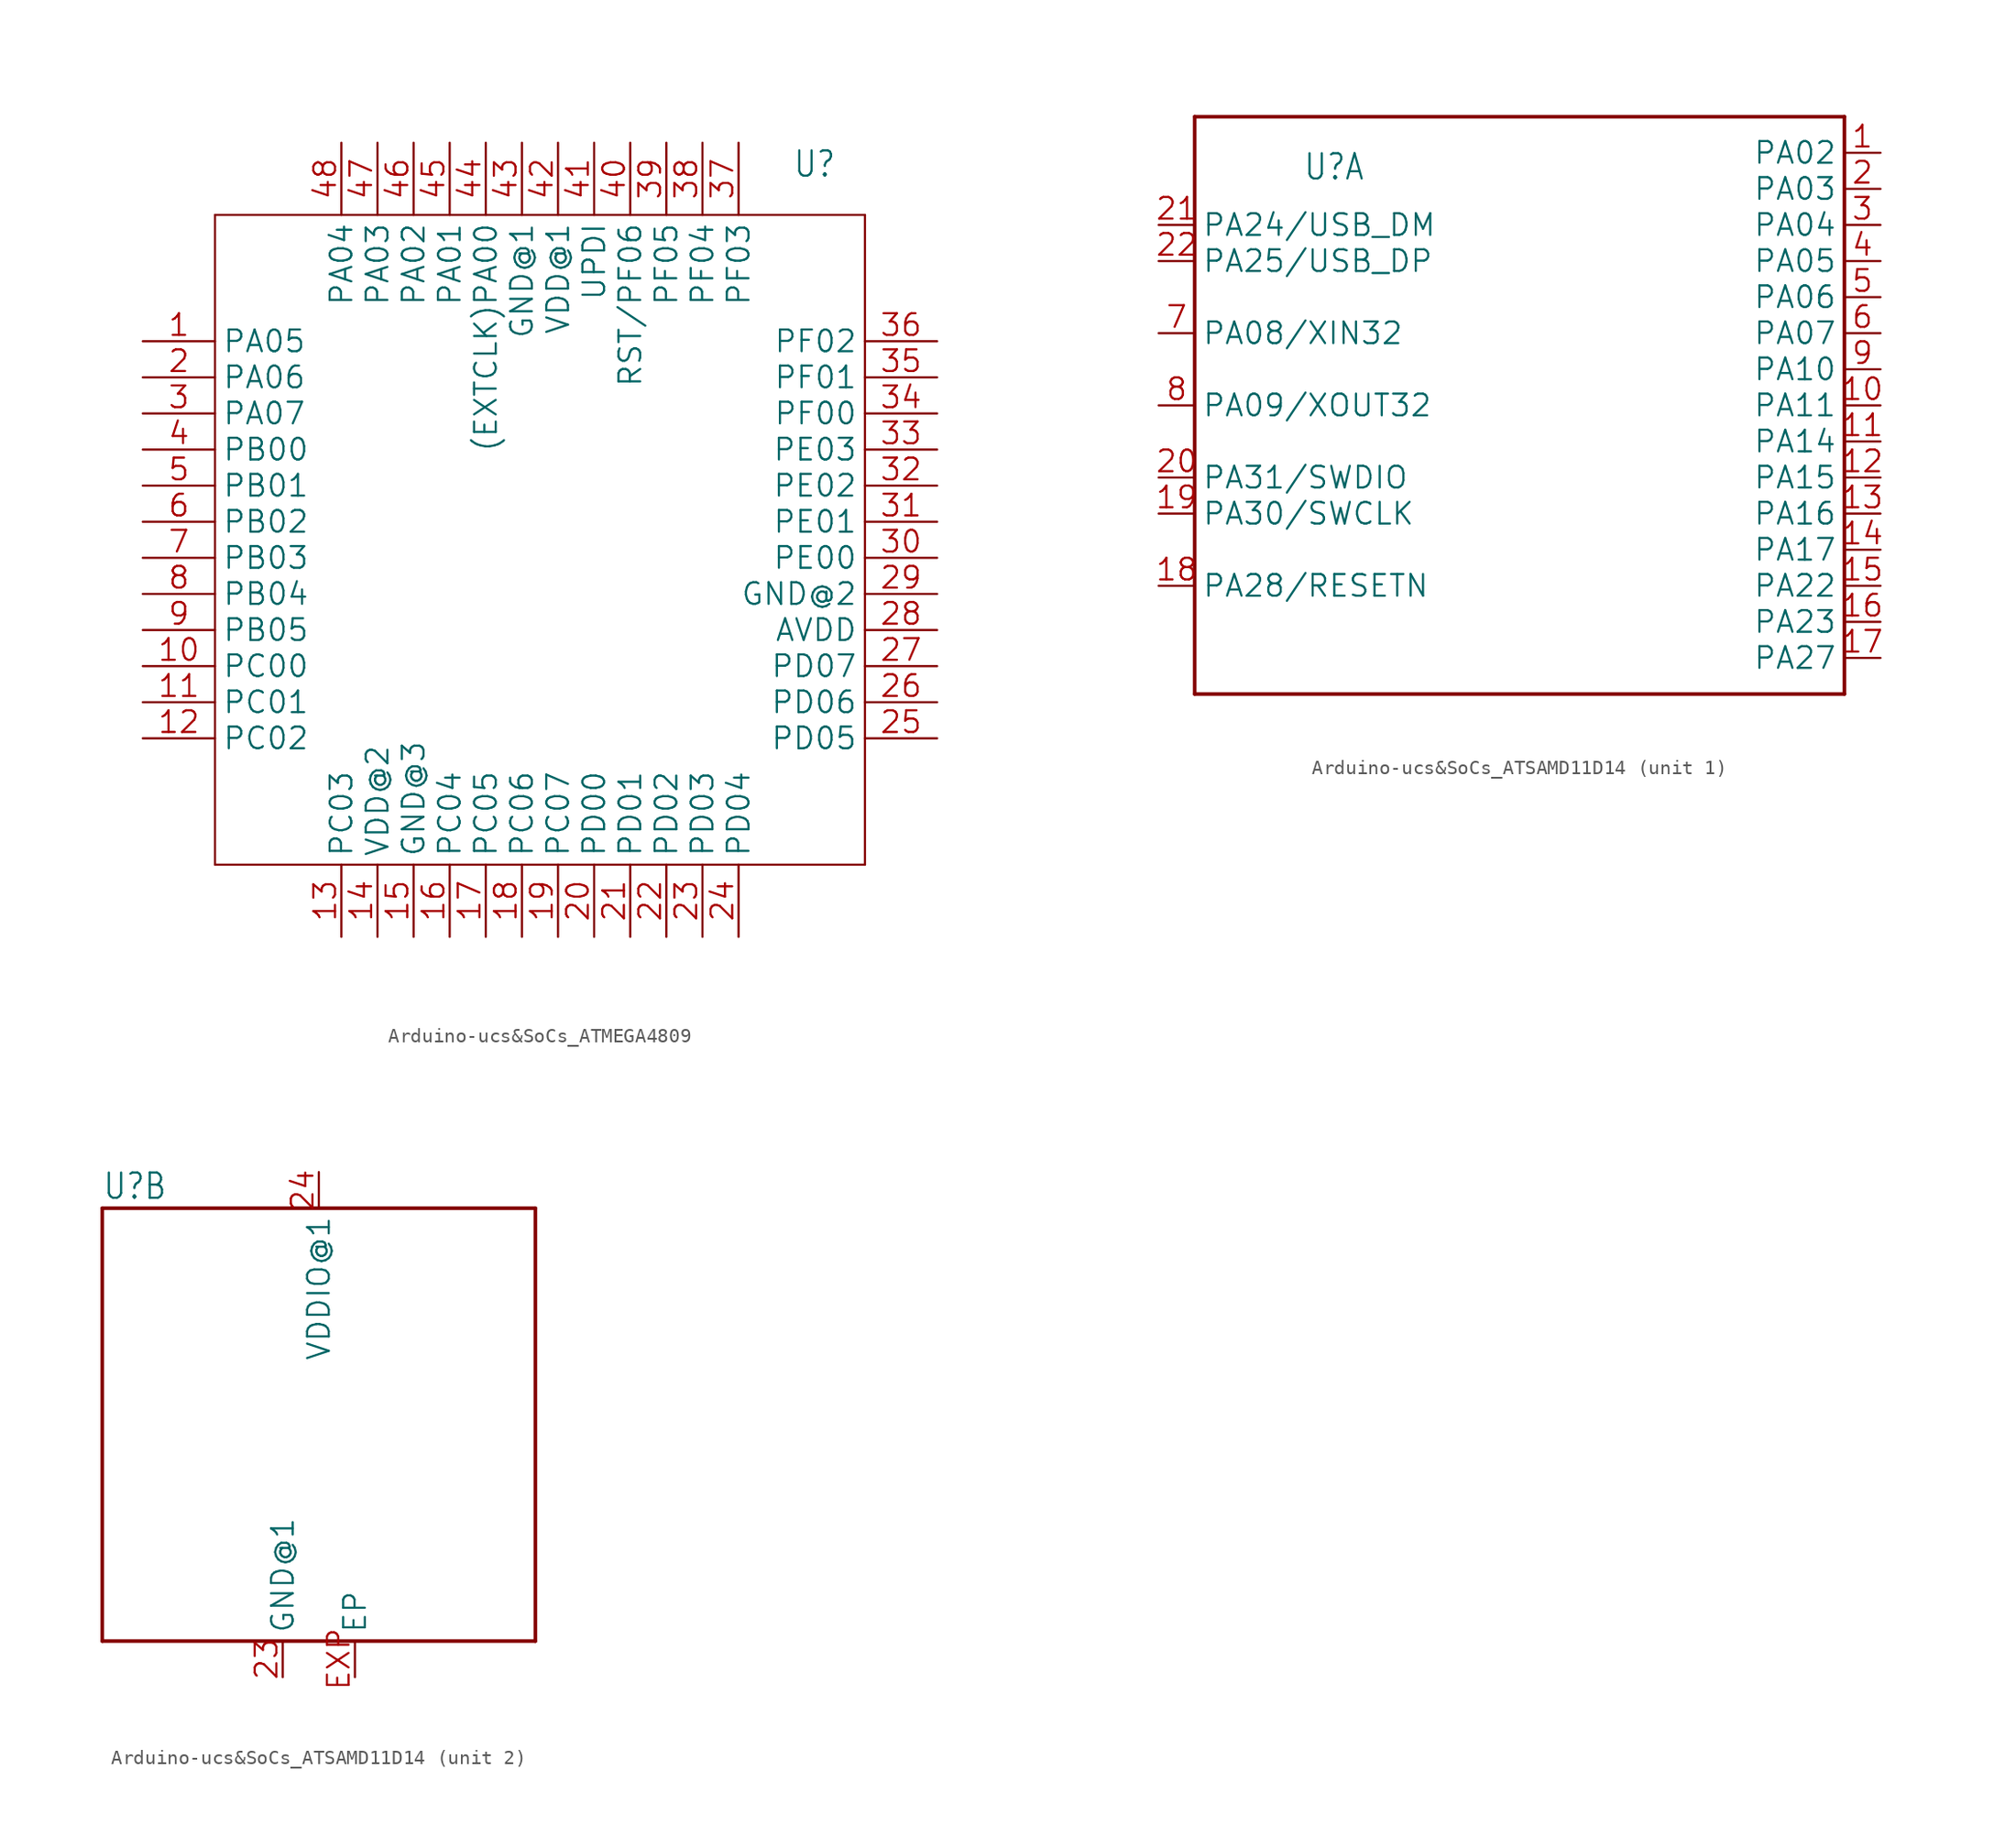
<source format=kicad_sym>
(kicad_symbol_lib
  (version 20241209)
  (generator "kicad_symbol_editor")
  (generator_version "9.0")
  (symbol "Arduino-ucs&SoCs_ATMEGA4809"
    (property "Reference" "U"
      (at 17.78 25.4 0)
      (effects (font (size 1.778 1.511)) (justify left bottom)))
    (property "Value" ""
      (at 17.78 22.86 0)
      (effects (font (size 1.778 1.511)) (justify left bottom)))
    (property "ki_locked" ""
      (at 0 0 0)
      (effects (font (size 1.27 1.27))))
    (symbol "Arduino-ucs&SoCs_ATMEGA4809_1_0"
      (polyline (pts (xy -22.86 22.86) (xy -22.86 -22.86)) (stroke (width 0.152) (type solid)) (fill (type none)))
      (polyline (pts (xy -22.86 -22.86) (xy 22.86 -22.86)) (stroke (width 0.152) (type solid)) (fill (type none)))
      (polyline (pts (xy 22.86 22.86) (xy -22.86 22.86)) (stroke (width 0.152) (type solid)) (fill (type none)))
      (polyline (pts (xy 22.86 -22.86) (xy 22.86 22.86)) (stroke (width 0.152) (type solid)) (fill (type none)))
      (pin bidirectional line (at -27.94 13.97 0) (length 5.08) (name "PA05" (effects (font (size 1.524 1.524)))) (number "1" (effects (font (size 1.524 1.524)))))
      (pin bidirectional line (at -27.94 11.43 0) (length 5.08) (name "PA06" (effects (font (size 1.524 1.524)))) (number "2" (effects (font (size 1.524 1.524)))))
      (pin bidirectional line (at -27.94 8.89 0) (length 5.08) (name "PA07" (effects (font (size 1.524 1.524)))) (number "3" (effects (font (size 1.524 1.524)))))
      (pin bidirectional line (at -27.94 6.35 0) (length 5.08) (name "PB00" (effects (font (size 1.524 1.524)))) (number "4" (effects (font (size 1.524 1.524)))))
      (pin bidirectional line (at -27.94 3.81 0) (length 5.08) (name "PB01" (effects (font (size 1.524 1.524)))) (number "5" (effects (font (size 1.524 1.524)))))
      (pin bidirectional line (at -27.94 1.27 0) (length 5.08) (name "PB02" (effects (font (size 1.524 1.524)))) (number "6" (effects (font (size 1.524 1.524)))))
      (pin bidirectional line (at -27.94 -1.27 0) (length 5.08) (name "PB03" (effects (font (size 1.524 1.524)))) (number "7" (effects (font (size 1.524 1.524)))))
      (pin bidirectional line (at -27.94 -3.81 0) (length 5.08) (name "PB04" (effects (font (size 1.524 1.524)))) (number "8" (effects (font (size 1.524 1.524)))))
      (pin bidirectional line (at -27.94 -6.35 0) (length 5.08) (name "PB05" (effects (font (size 1.524 1.524)))) (number "9" (effects (font (size 1.524 1.524)))))
      (pin bidirectional line (at -27.94 -8.89 0) (length 5.08) (name "PC00" (effects (font (size 1.524 1.524)))) (number "10" (effects (font (size 1.524 1.524)))))
      (pin bidirectional line (at -27.94 -11.43 0) (length 5.08) (name "PC01" (effects (font (size 1.524 1.524)))) (number "11" (effects (font (size 1.524 1.524)))))
      (pin bidirectional line (at -27.94 -13.97 0) (length 5.08) (name "PC02" (effects (font (size 1.524 1.524)))) (number "12" (effects (font (size 1.524 1.524)))))
      (pin bidirectional line (at -13.97 27.94 270) (length 5.08) (name "PA04" (effects (font (size 1.524 1.524)))) (number "48" (effects (font (size 1.524 1.524)))))
      (pin bidirectional line (at -13.97 -27.94 90) (length 5.08) (name "PC03" (effects (font (size 1.524 1.524)))) (number "13" (effects (font (size 1.524 1.524)))))
      (pin bidirectional line (at -11.43 27.94 270) (length 5.08) (name "PA03" (effects (font (size 1.524 1.524)))) (number "47" (effects (font (size 1.524 1.524)))))
      (pin bidirectional line (at -11.43 -27.94 90) (length 5.08) (name "VDD@2" (effects (font (size 1.524 1.524)))) (number "14" (effects (font (size 1.524 1.524)))))
      (pin bidirectional line (at -8.89 27.94 270) (length 5.08) (name "PA02" (effects (font (size 1.524 1.524)))) (number "46" (effects (font (size 1.524 1.524)))))
      (pin bidirectional line (at -8.89 -27.94 90) (length 5.08) (name "GND@3" (effects (font (size 1.524 1.524)))) (number "15" (effects (font (size 1.524 1.524)))))
      (pin bidirectional line (at -6.35 27.94 270) (length 5.08) (name "PA01" (effects (font (size 1.524 1.524)))) (number "45" (effects (font (size 1.524 1.524)))))
      (pin bidirectional line (at -6.35 -27.94 90) (length 5.08) (name "PC04" (effects (font (size 1.524 1.524)))) (number "16" (effects (font (size 1.524 1.524)))))
      (pin bidirectional line (at -3.81 27.94 270) (length 5.08) (name "(EXTCLK)PA00" (effects (font (size 1.524 1.524)))) (number "44" (effects (font (size 1.524 1.524)))))
      (pin bidirectional line (at -3.81 -27.94 90) (length 5.08) (name "PC05" (effects (font (size 1.524 1.524)))) (number "17" (effects (font (size 1.524 1.524)))))
      (pin bidirectional line (at -1.27 27.94 270) (length 5.08) (name "GND@1" (effects (font (size 1.524 1.524)))) (number "43" (effects (font (size 1.524 1.524)))))
      (pin bidirectional line (at -1.27 -27.94 90) (length 5.08) (name "PC06" (effects (font (size 1.524 1.524)))) (number "18" (effects (font (size 1.524 1.524)))))
      (pin bidirectional line (at 1.27 27.94 270) (length 5.08) (name "VDD@1" (effects (font (size 1.524 1.524)))) (number "42" (effects (font (size 1.524 1.524)))))
      (pin bidirectional line (at 1.27 -27.94 90) (length 5.08) (name "PC07" (effects (font (size 1.524 1.524)))) (number "19" (effects (font (size 1.524 1.524)))))
      (pin bidirectional line (at 3.81 27.94 270) (length 5.08) (name "UPDI" (effects (font (size 1.524 1.524)))) (number "41" (effects (font (size 1.524 1.524)))))
      (pin bidirectional line (at 3.81 -27.94 90) (length 5.08) (name "PD00" (effects (font (size 1.524 1.524)))) (number "20" (effects (font (size 1.524 1.524)))))
      (pin bidirectional line (at 6.35 27.94 270) (length 5.08) (name "RST/PF06" (effects (font (size 1.524 1.524)))) (number "40" (effects (font (size 1.524 1.524)))))
      (pin bidirectional line (at 6.35 -27.94 90) (length 5.08) (name "PD01" (effects (font (size 1.524 1.524)))) (number "21" (effects (font (size 1.524 1.524)))))
      (pin bidirectional line (at 8.89 27.94 270) (length 5.08) (name "PF05" (effects (font (size 1.524 1.524)))) (number "39" (effects (font (size 1.524 1.524)))))
      (pin bidirectional line (at 8.89 -27.94 90) (length 5.08) (name "PD02" (effects (font (size 1.524 1.524)))) (number "22" (effects (font (size 1.524 1.524)))))
      (pin bidirectional line (at 11.43 27.94 270) (length 5.08) (name "PF04" (effects (font (size 1.524 1.524)))) (number "38" (effects (font (size 1.524 1.524)))))
      (pin bidirectional line (at 11.43 -27.94 90) (length 5.08) (name "PD03" (effects (font (size 1.524 1.524)))) (number "23" (effects (font (size 1.524 1.524)))))
      (pin bidirectional line (at 13.97 27.94 270) (length 5.08) (name "PF03" (effects (font (size 1.524 1.524)))) (number "37" (effects (font (size 1.524 1.524)))))
      (pin bidirectional line (at 13.97 -27.94 90) (length 5.08) (name "PD04" (effects (font (size 1.524 1.524)))) (number "24" (effects (font (size 1.524 1.524)))))
      (pin bidirectional line (at 27.94 13.97 180) (length 5.08) (name "PF02" (effects (font (size 1.524 1.524)))) (number "36" (effects (font (size 1.524 1.524)))))
      (pin bidirectional line (at 27.94 11.43 180) (length 5.08) (name "PF01" (effects (font (size 1.524 1.524)))) (number "35" (effects (font (size 1.524 1.524)))))
      (pin bidirectional line (at 27.94 8.89 180) (length 5.08) (name "PF00" (effects (font (size 1.524 1.524)))) (number "34" (effects (font (size 1.524 1.524)))))
      (pin bidirectional line (at 27.94 6.35 180) (length 5.08) (name "PE03" (effects (font (size 1.524 1.524)))) (number "33" (effects (font (size 1.524 1.524)))))
      (pin bidirectional line (at 27.94 3.81 180) (length 5.08) (name "PE02" (effects (font (size 1.524 1.524)))) (number "32" (effects (font (size 1.524 1.524)))))
      (pin bidirectional line (at 27.94 1.27 180) (length 5.08) (name "PE01" (effects (font (size 1.524 1.524)))) (number "31" (effects (font (size 1.524 1.524)))))
      (pin bidirectional line (at 27.94 -1.27 180) (length 5.08) (name "PE00" (effects (font (size 1.524 1.524)))) (number "30" (effects (font (size 1.524 1.524)))))
      (pin bidirectional line (at 27.94 -3.81 180) (length 5.08) (name "GND@2" (effects (font (size 1.524 1.524)))) (number "29" (effects (font (size 1.524 1.524)))))
      (pin bidirectional line (at 27.94 -6.35 180) (length 5.08) (name "AVDD" (effects (font (size 1.524 1.524)))) (number "28" (effects (font (size 1.524 1.524)))))
      (pin bidirectional line (at 27.94 -8.89 180) (length 5.08) (name "PD07" (effects (font (size 1.524 1.524)))) (number "27" (effects (font (size 1.524 1.524)))))
      (pin bidirectional line (at 27.94 -11.43 180) (length 5.08) (name "PD06" (effects (font (size 1.524 1.524)))) (number "26" (effects (font (size 1.524 1.524)))))
      (pin bidirectional line (at 27.94 -13.97 180) (length 5.08) (name "PD05" (effects (font (size 1.524 1.524)))) (number "25" (effects (font (size 1.524 1.524)))))))
  (symbol "Arduino-ucs&SoCs_ATSAMD11D14"
    (property "Reference" "U"
      (at -15.24 15.748 0)
      (effects (font (size 1.778 1.511)) (justify left bottom)))
    (property "Value" ""
      (at -15.24 -15.748 0)
      (effects (font (size 1.778 1.511)) (justify left top)))
    (property "ki_locked" ""
      (at 0 0 0)
      (effects (font (size 1.27 1.27))))
    (symbol "Arduino-ucs&SoCs_ATSAMD11D14_1_0"
      (polyline (pts (xy -22.86 20.32) (xy 22.86 20.32)) (stroke (width 0.254) (type solid)) (fill (type none)))
      (polyline (pts (xy -22.86 -20.32) (xy -22.86 20.32)) (stroke (width 0.254) (type solid)) (fill (type none)))
      (polyline (pts (xy 22.86 20.32) (xy 22.86 -20.32)) (stroke (width 0.254) (type solid)) (fill (type none)))
      (polyline (pts (xy 22.86 -20.32) (xy -22.86 -20.32)) (stroke (width 0.254) (type solid)) (fill (type none)))
      (pin bidirectional line (at -25.4 12.7 0) (length 2.54) (name "PA24/USB_DM" (effects (font (size 1.524 1.524)))) (number "21" (effects (font (size 1.524 1.524)))))
      (pin bidirectional line (at -25.4 10.16 0) (length 2.54) (name "PA25/USB_DP" (effects (font (size 1.524 1.524)))) (number "22" (effects (font (size 1.524 1.524)))))
      (pin bidirectional line (at -25.4 5.08 0) (length 2.54) (name "PA08/XIN32" (effects (font (size 1.524 1.524)))) (number "7" (effects (font (size 1.524 1.524)))))
      (pin bidirectional line (at -25.4 0 0) (length 2.54) (name "PA09/XOUT32" (effects (font (size 1.524 1.524)))) (number "8" (effects (font (size 1.524 1.524)))))
      (pin bidirectional line (at -25.4 -5.08 0) (length 2.54) (name "PA31/SWDIO" (effects (font (size 1.524 1.524)))) (number "20" (effects (font (size 1.524 1.524)))))
      (pin bidirectional line (at -25.4 -7.62 0) (length 2.54) (name "PA30/SWCLK" (effects (font (size 1.524 1.524)))) (number "19" (effects (font (size 1.524 1.524)))))
      (pin bidirectional line (at -25.4 -12.7 0) (length 2.54) (name "PA28/RESETN" (effects (font (size 1.524 1.524)))) (number "18" (effects (font (size 1.524 1.524)))))
      (pin bidirectional line (at 25.4 17.78 180) (length 2.54) (name "PA02" (effects (font (size 1.524 1.524)))) (number "1" (effects (font (size 1.524 1.524)))))
      (pin bidirectional line (at 25.4 15.24 180) (length 2.54) (name "PA03" (effects (font (size 1.524 1.524)))) (number "2" (effects (font (size 1.524 1.524)))))
      (pin bidirectional line (at 25.4 12.7 180) (length 2.54) (name "PA04" (effects (font (size 1.524 1.524)))) (number "3" (effects (font (size 1.524 1.524)))))
      (pin bidirectional line (at 25.4 10.16 180) (length 2.54) (name "PA05" (effects (font (size 1.524 1.524)))) (number "4" (effects (font (size 1.524 1.524)))))
      (pin bidirectional line (at 25.4 7.62 180) (length 2.54) (name "PA06" (effects (font (size 1.524 1.524)))) (number "5" (effects (font (size 1.524 1.524)))))
      (pin bidirectional line (at 25.4 5.08 180) (length 2.54) (name "PA07" (effects (font (size 1.524 1.524)))) (number "6" (effects (font (size 1.524 1.524)))))
      (pin bidirectional line (at 25.4 2.54 180) (length 2.54) (name "PA10" (effects (font (size 1.524 1.524)))) (number "9" (effects (font (size 1.524 1.524)))))
      (pin bidirectional line (at 25.4 0 180) (length 2.54) (name "PA11" (effects (font (size 1.524 1.524)))) (number "10" (effects (font (size 1.524 1.524)))))
      (pin bidirectional line (at 25.4 -2.54 180) (length 2.54) (name "PA14" (effects (font (size 1.524 1.524)))) (number "11" (effects (font (size 1.524 1.524)))))
      (pin bidirectional line (at 25.4 -5.08 180) (length 2.54) (name "PA15" (effects (font (size 1.524 1.524)))) (number "12" (effects (font (size 1.524 1.524)))))
      (pin bidirectional line (at 25.4 -7.62 180) (length 2.54) (name "PA16" (effects (font (size 1.524 1.524)))) (number "13" (effects (font (size 1.524 1.524)))))
      (pin bidirectional line (at 25.4 -10.16 180) (length 2.54) (name "PA17" (effects (font (size 1.524 1.524)))) (number "14" (effects (font (size 1.524 1.524)))))
      (pin bidirectional line (at 25.4 -12.7 180) (length 2.54) (name "PA22" (effects (font (size 1.524 1.524)))) (number "15" (effects (font (size 1.524 1.524)))))
      (pin bidirectional line (at 25.4 -15.24 180) (length 2.54) (name "PA23" (effects (font (size 1.524 1.524)))) (number "16" (effects (font (size 1.524 1.524)))))
      (pin bidirectional line (at 25.4 -17.78 180) (length 2.54) (name "PA27" (effects (font (size 1.524 1.524)))) (number "17" (effects (font (size 1.524 1.524))))))
    (symbol "Arduino-ucs&SoCs_ATSAMD11D14_2_0"
      (polyline (pts (xy -15.24 15.24) (xy 15.24 15.24)) (stroke (width 0.254) (type solid)) (fill (type none)))
      (polyline (pts (xy -15.24 -15.24) (xy -15.24 15.24)) (stroke (width 0.254) (type solid)) (fill (type none)))
      (polyline (pts (xy 15.24 15.24) (xy 15.24 -15.24)) (stroke (width 0.254) (type solid)) (fill (type none)))
      (polyline (pts (xy 15.24 -15.24) (xy -15.24 -15.24)) (stroke (width 0.254) (type solid)) (fill (type none)))
      (pin power_in line (at -2.54 -17.78 90) (length 2.54) (name "GND@1" (effects (font (size 1.524 1.524)))) (number "23" (effects (font (size 1.524 1.524)))))
      (pin power_in line (at 0 17.78 270) (length 2.54) (name "VDDIO@1" (effects (font (size 1.524 1.524)))) (number "24" (effects (font (size 1.524 1.524)))))
      (pin power_in line (at 2.54 -17.78 90) (length 2.54) (name "EP" (effects (font (size 1.524 1.524)))) (number "EXP" (effects (font (size 1.524 1.524))))))))
</source>
